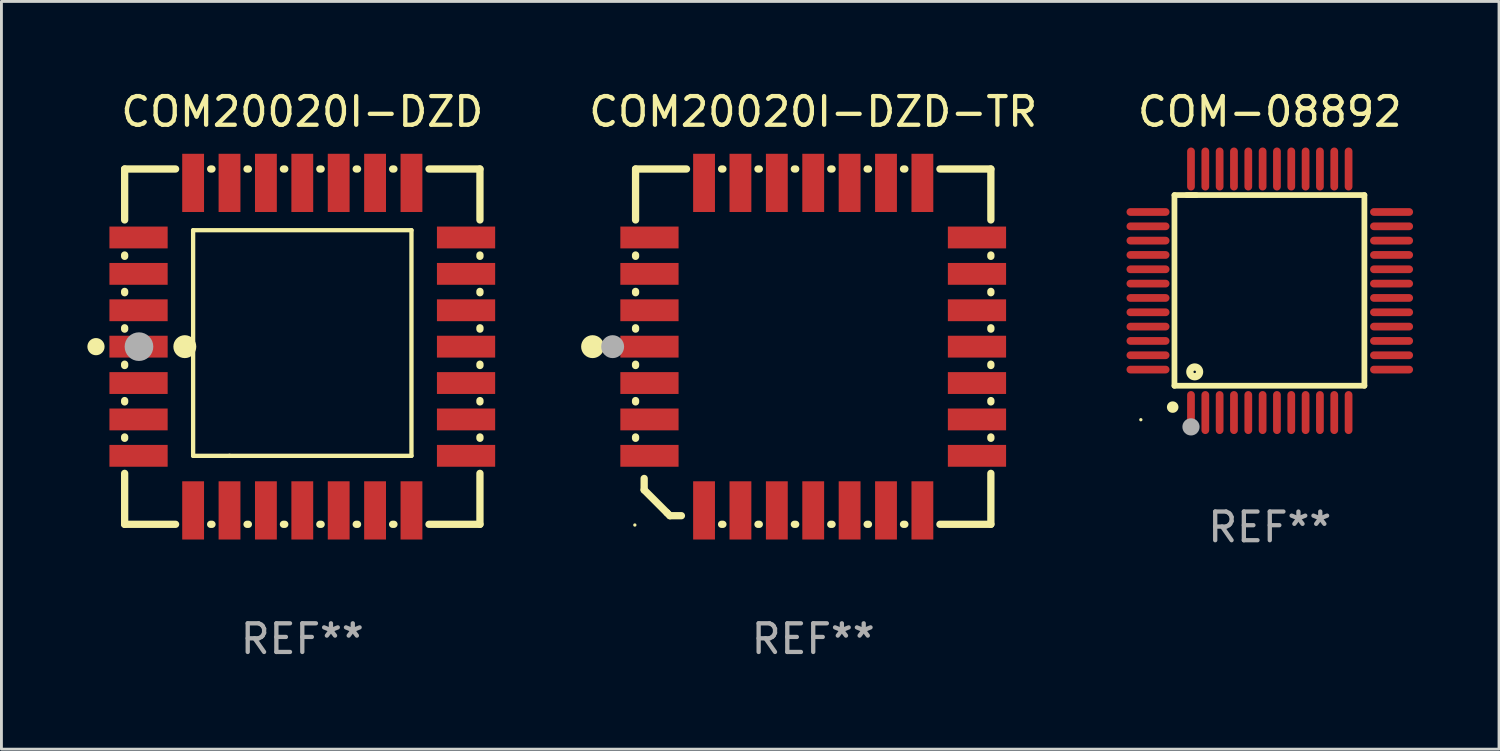
<source format=kicad_pcb>
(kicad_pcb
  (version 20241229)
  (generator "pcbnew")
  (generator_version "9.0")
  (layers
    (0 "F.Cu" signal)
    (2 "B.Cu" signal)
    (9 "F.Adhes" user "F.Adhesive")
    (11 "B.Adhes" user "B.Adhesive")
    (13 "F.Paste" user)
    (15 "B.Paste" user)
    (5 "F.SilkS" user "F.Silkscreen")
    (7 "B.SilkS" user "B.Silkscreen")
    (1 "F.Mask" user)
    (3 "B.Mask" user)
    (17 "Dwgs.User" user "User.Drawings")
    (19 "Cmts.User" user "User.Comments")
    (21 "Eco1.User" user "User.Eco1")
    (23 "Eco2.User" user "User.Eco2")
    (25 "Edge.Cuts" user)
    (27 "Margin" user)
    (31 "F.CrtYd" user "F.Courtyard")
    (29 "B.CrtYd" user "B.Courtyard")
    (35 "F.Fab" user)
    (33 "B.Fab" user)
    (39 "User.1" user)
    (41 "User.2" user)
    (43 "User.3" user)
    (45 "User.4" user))
  (footprint "COM-08892"
    (layer "F.Cu")
    (at 41.265 7.098)
    (property "Reference" "COM-08892" (at 0 -6.25 0) (layer "F.SilkS") (effects (font (size 1 1) (thickness 0.15))))
    (attr through_hole)
    (fp_line (start -3.327 -3.34) (end -2.565 -3.34) (stroke (width 0.2) (type solid)) (layer "F.SilkS"))
    (fp_line (start -3.327 3.315) (end -3.327 -3.34) (stroke (width 0.2) (type solid)) (layer "F.SilkS"))
    (fp_line (start -2.896 -3.34) (end 3.302 -3.34) (stroke (width 0.2) (type solid)) (layer "F.SilkS"))
    (fp_line (start 3.302 -3.34) (end 3.302 3.315) (stroke (width 0.2) (type solid)) (layer "F.SilkS"))
    (fp_line (start 3.302 3.315) (end -3.327 3.315) (stroke (width 0.2) (type solid)) (layer "F.SilkS"))
    (fp_arc (start -3.389992 4.059995) (mid -3.388722 4.059991) (end -3.387452 4.059995) (stroke (width 0.4) (type solid)) (layer "F.SilkS"))
    (fp_circle (center -4.5 4.5) (end -4.47 4.5) (stroke (width 0.06) (type solid)) (fill no) (layer "F.SilkS"))
    (fp_circle (center -2.62 2.83) (end -2.45 2.83) (stroke (width 0.254) (type solid)) (fill no) (layer "F.SilkS"))
    (fp_circle (center -2.75 4.75) (end -2.6 4.75) (stroke (width 0.3) (type solid)) (fill no) (layer "F.Fab"))
    (fp_text user "REF**" (at 0 8.25 0) (layer "F.Fab") (effects (font (size 1 1) (thickness 0.15))))
    (pad "1" smd oval (at -2.75 4.25) (size 0.27 1.5) (layers "F.Cu" "F.Mask" "F.Paste"))
    (pad "2" smd oval (at -2.25 4.25) (size 0.27 1.5) (layers "F.Cu" "F.Mask" "F.Paste"))
    (pad "3" smd oval (at -1.75 4.25) (size 0.27 1.5) (layers "F.Cu" "F.Mask" "F.Paste"))
    (pad "4" smd oval (at -1.25 4.25) (size 0.27 1.5) (layers "F.Cu" "F.Mask" "F.Paste"))
    (pad "5" smd oval (at -0.75 4.25) (size 0.27 1.5) (layers "F.Cu" "F.Mask" "F.Paste"))
    (pad "6" smd oval (at -0.25 4.25) (size 0.27 1.5) (layers "F.Cu" "F.Mask" "F.Paste"))
    (pad "7" smd oval (at 0.25 4.25) (size 0.27 1.5) (layers "F.Cu" "F.Mask" "F.Paste"))
    (pad "8" smd oval (at 0.75 4.25) (size 0.27 1.5) (layers "F.Cu" "F.Mask" "F.Paste"))
    (pad "9" smd oval (at 1.25 4.25) (size 0.27 1.5) (layers "F.Cu" "F.Mask" "F.Paste"))
    (pad "10" smd oval (at 1.75 4.25) (size 0.27 1.5) (layers "F.Cu" "F.Mask" "F.Paste"))
    (pad "11" smd oval (at 2.25 4.25) (size 0.27 1.5) (layers "F.Cu" "F.Mask" "F.Paste"))
    (pad "12" smd oval (at 2.75 4.25) (size 0.27 1.5) (layers "F.Cu" "F.Mask" "F.Paste"))
    (pad "13" smd oval (at 4.25 2.75) (size 1.5 0.27) (layers "F.Cu" "F.Mask" "F.Paste"))
    (pad "14" smd oval (at 4.25 2.25) (size 1.5 0.27) (layers "F.Cu" "F.Mask" "F.Paste"))
    (pad "15" smd oval (at 4.25 1.75) (size 1.5 0.27) (layers "F.Cu" "F.Mask" "F.Paste"))
    (pad "16" smd oval (at 4.25 1.25) (size 1.5 0.27) (layers "F.Cu" "F.Mask" "F.Paste"))
    (pad "17" smd oval (at 4.25 0.75) (size 1.5 0.27) (layers "F.Cu" "F.Mask" "F.Paste"))
    (pad "18" smd oval (at 4.25 0.25) (size 1.5 0.27) (layers "F.Cu" "F.Mask" "F.Paste"))
    (pad "19" smd oval (at 4.25 -0.25) (size 1.5 0.27) (layers "F.Cu" "F.Mask" "F.Paste"))
    (pad "20" smd oval (at 4.25 -0.75) (size 1.5 0.27) (layers "F.Cu" "F.Mask" "F.Paste"))
    (pad "21" smd oval (at 4.25 -1.25) (size 1.5 0.27) (layers "F.Cu" "F.Mask" "F.Paste"))
    (pad "22" smd oval (at 4.25 -1.75) (size 1.5 0.27) (layers "F.Cu" "F.Mask" "F.Paste"))
    (pad "23" smd oval (at 4.25 -2.25) (size 1.5 0.27) (layers "F.Cu" "F.Mask" "F.Paste"))
    (pad "24" smd oval (at 4.25 -2.75) (size 1.5 0.27) (layers "F.Cu" "F.Mask" "F.Paste"))
    (pad "25" smd oval (at 2.75 -4.25) (size 0.27 1.5) (layers "F.Cu" "F.Mask" "F.Paste"))
    (pad "26" smd oval (at 2.25 -4.25) (size 0.27 1.5) (layers "F.Cu" "F.Mask" "F.Paste"))
    (pad "27" smd oval (at 1.75 -4.25) (size 0.27 1.5) (layers "F.Cu" "F.Mask" "F.Paste"))
    (pad "28" smd oval (at 1.25 -4.25) (size 0.27 1.5) (layers "F.Cu" "F.Mask" "F.Paste"))
    (pad "29" smd oval (at 0.75 -4.25) (size 0.27 1.5) (layers "F.Cu" "F.Mask" "F.Paste"))
    (pad "30" smd oval (at 0.25 -4.25) (size 0.27 1.5) (layers "F.Cu" "F.Mask" "F.Paste"))
    (pad "31" smd oval (at -0.25 -4.25) (size 0.27 1.5) (layers "F.Cu" "F.Mask" "F.Paste"))
    (pad "32" smd oval (at -0.75 -4.25) (size 0.27 1.5) (layers "F.Cu" "F.Mask" "F.Paste"))
    (pad "33" smd oval (at -1.25 -4.25) (size 0.27 1.5) (layers "F.Cu" "F.Mask" "F.Paste"))
    (pad "34" smd oval (at -1.75 -4.25) (size 0.27 1.5) (layers "F.Cu" "F.Mask" "F.Paste"))
    (pad "35" smd oval (at -2.25 -4.25) (size 0.27 1.5) (layers "F.Cu" "F.Mask" "F.Paste"))
    (pad "36" smd oval (at -2.75 -4.25) (size 0.27 1.5) (layers "F.Cu" "F.Mask" "F.Paste"))
    (pad "37" smd oval (at -4.25 -2.75) (size 1.5 0.27) (layers "F.Cu" "F.Mask" "F.Paste"))
    (pad "38" smd oval (at -4.25 -2.25) (size 1.5 0.27) (layers "F.Cu" "F.Mask" "F.Paste"))
    (pad "39" smd oval (at -4.25 -1.75) (size 1.5 0.27) (layers "F.Cu" "F.Mask" "F.Paste"))
    (pad "40" smd oval (at -4.25 -1.25) (size 1.5 0.27) (layers "F.Cu" "F.Mask" "F.Paste"))
    (pad "41" smd oval (at -4.25 -0.75) (size 1.5 0.27) (layers "F.Cu" "F.Mask" "F.Paste"))
    (pad "42" smd oval (at -4.25 -0.25) (size 1.5 0.27) (layers "F.Cu" "F.Mask" "F.Paste"))
    (pad "43" smd oval (at -4.25 0.25) (size 1.5 0.27) (layers "F.Cu" "F.Mask" "F.Paste"))
    (pad "44" smd oval (at -4.25 0.75) (size 1.5 0.27) (layers "F.Cu" "F.Mask" "F.Paste"))
    (pad "45" smd oval (at -4.25 1.25) (size 1.5 0.27) (layers "F.Cu" "F.Mask" "F.Paste"))
    (pad "46" smd oval (at -4.25 1.75) (size 1.5 0.27) (layers "F.Cu" "F.Mask" "F.Paste"))
    (pad "47" smd oval (at -4.25 2.25) (size 1.5 0.27) (layers "F.Cu" "F.Mask" "F.Paste"))
    (pad "48" smd oval (at -4.25 2.75) (size 1.5 0.27) (layers "F.Cu" "F.Mask" "F.Paste")))
  (footprint "COM20020I-DZD-TR"
    (layer "F.Cu")
    (at 25.331 9.048)
    (property "Reference" "COM20020I-DZD-TR" (at 0 -8.2 0) (layer "F.SilkS") (effects (font (size 1 1) (thickness 0.15))))
    (attr through_hole)
    (fp_line (start -6.2 -6.2) (end -4.422 -6.2) (stroke (width 0.254) (type solid)) (layer "F.SilkS"))
    (fp_line (start -6.2 -4.422) (end -6.2 -6.2) (stroke (width 0.254) (type solid)) (layer "F.SilkS"))
    (fp_line (start -6.2 -3.152) (end -6.2 -3.198) (stroke (width 0.254) (type solid)) (layer "F.SilkS"))
    (fp_line (start -6.2 -1.882) (end -6.2 -1.928) (stroke (width 0.254) (type solid)) (layer "F.SilkS"))
    (fp_line (start -6.2 -0.612) (end -6.2 -0.658) (stroke (width 0.254) (type solid)) (layer "F.SilkS"))
    (fp_line (start -6.2 0.658) (end -6.2 0.612) (stroke (width 0.254) (type solid)) (layer "F.SilkS"))
    (fp_line (start -6.2 1.928) (end -6.2 1.882) (stroke (width 0.254) (type solid)) (layer "F.SilkS"))
    (fp_line (start -6.2 3.198) (end -6.2 3.152) (stroke (width 0.254) (type solid)) (layer "F.SilkS"))
    (fp_line (start -5.9 4.6) (end -5.9 5) (stroke (width 0.254) (type solid)) (layer "F.SilkS"))
    (fp_line (start -5.9 5) (end -5.1 5.8) (stroke (width 0.254) (type solid)) (layer "F.SilkS"))
    (fp_line (start -5.1 5.8) (end -5 5.9) (stroke (width 0.254) (type solid)) (layer "F.SilkS"))
    (fp_line (start -5 5.9) (end -4.6 5.9) (stroke (width 0.254) (type solid)) (layer "F.SilkS"))
    (fp_line (start -3.198 -6.2) (end -3.152 -6.2) (stroke (width 0.254) (type solid)) (layer "F.SilkS"))
    (fp_line (start -3.152 6.2) (end -3.198 6.2) (stroke (width 0.254) (type solid)) (layer "F.SilkS"))
    (fp_line (start -1.928 -6.2) (end -1.882 -6.2) (stroke (width 0.254) (type solid)) (layer "F.SilkS"))
    (fp_line (start -1.882 6.2) (end -1.928 6.2) (stroke (width 0.254) (type solid)) (layer "F.SilkS"))
    (fp_line (start -0.658 -6.2) (end -0.612 -6.2) (stroke (width 0.254) (type solid)) (layer "F.SilkS"))
    (fp_line (start -0.612 6.2) (end -0.658 6.2) (stroke (width 0.254) (type solid)) (layer "F.SilkS"))
    (fp_line (start 0.612 -6.2) (end 0.658 -6.2) (stroke (width 0.254) (type solid)) (layer "F.SilkS"))
    (fp_line (start 0.658 6.2) (end 0.612 6.2) (stroke (width 0.254) (type solid)) (layer "F.SilkS"))
    (fp_line (start 1.882 -6.2) (end 1.928 -6.2) (stroke (width 0.254) (type solid)) (layer "F.SilkS"))
    (fp_line (start 1.928 6.2) (end 1.882 6.2) (stroke (width 0.254) (type solid)) (layer "F.SilkS"))
    (fp_line (start 3.152 -6.2) (end 3.198 -6.2) (stroke (width 0.254) (type solid)) (layer "F.SilkS"))
    (fp_line (start 3.198 6.2) (end 3.152 6.2) (stroke (width 0.254) (type solid)) (layer "F.SilkS"))
    (fp_line (start 4.422 -6.2) (end 6.2 -6.2) (stroke (width 0.254) (type solid)) (layer "F.SilkS"))
    (fp_line (start 6.2 -6.2) (end 6.2 -4.422) (stroke (width 0.254) (type solid)) (layer "F.SilkS"))
    (fp_line (start 6.2 -3.198) (end 6.2 -3.152) (stroke (width 0.254) (type solid)) (layer "F.SilkS"))
    (fp_line (start 6.2 -1.928) (end 6.2 -1.882) (stroke (width 0.254) (type solid)) (layer "F.SilkS"))
    (fp_line (start 6.2 -0.658) (end 6.2 -0.612) (stroke (width 0.254) (type solid)) (layer "F.SilkS"))
    (fp_line (start 6.2 0.612) (end 6.2 0.658) (stroke (width 0.254) (type solid)) (layer "F.SilkS"))
    (fp_line (start 6.2 1.882) (end 6.2 1.928) (stroke (width 0.254) (type solid)) (layer "F.SilkS"))
    (fp_line (start 6.2 3.152) (end 6.2 3.198) (stroke (width 0.254) (type solid)) (layer "F.SilkS"))
    (fp_line (start 6.2 4.422) (end 6.2 6.2) (stroke (width 0.254) (type solid)) (layer "F.SilkS"))
    (fp_line (start 6.2 6.2) (end 4.422 6.2) (stroke (width 0.254) (type solid)) (layer "F.SilkS"))
    (fp_circle (center -7.7 0) (end -7.5 0) (stroke (width 0.4) (type solid)) (fill no) (layer "F.SilkS"))
    (fp_circle (center -6.225 6.225) (end -6.195 6.225) (stroke (width 0.06) (type solid)) (fill no) (layer "F.SilkS"))
    (fp_circle (center -7 0) (end -6.8 0) (stroke (width 0.4) (type solid)) (fill no) (layer "F.Fab"))
    (fp_text user "REF**" (at 0 10.2 0) (layer "F.Fab") (effects (font (size 1 1) (thickness 0.15))))
    (pad "1" smd rect (at -5.715 0) (size 2.032 0.762) (layers "F.Cu" "F.Mask" "F.Paste"))
    (pad "2" smd rect (at -5.715 1.27) (size 2.032 0.762) (layers "F.Cu" "F.Mask" "F.Paste"))
    (pad "3" smd rect (at -5.715 2.54) (size 2.032 0.762) (layers "F.Cu" "F.Mask" "F.Paste"))
    (pad "4" smd rect (at -5.715 3.81) (size 2.032 0.762) (layers "F.Cu" "F.Mask" "F.Paste"))
    (pad "5" smd rect (at -3.81 5.715) (size 0.762 2.032) (layers "F.Cu" "F.Mask" "F.Paste"))
    (pad "6" smd rect (at -2.54 5.715) (size 0.762 2.032) (layers "F.Cu" "F.Mask" "F.Paste"))
    (pad "7" smd rect (at -1.27 5.715) (size 0.762 2.032) (layers "F.Cu" "F.Mask" "F.Paste"))
    (pad "8" smd rect (at 0 5.715) (size 0.762 2.032) (layers "F.Cu" "F.Mask" "F.Paste"))
    (pad "9" smd rect (at 1.27 5.715) (size 0.762 2.032) (layers "F.Cu" "F.Mask" "F.Paste"))
    (pad "10" smd rect (at 2.54 5.715) (size 0.762 2.032) (layers "F.Cu" "F.Mask" "F.Paste"))
    (pad "11" smd rect (at 3.81 5.715) (size 0.762 2.032) (layers "F.Cu" "F.Mask" "F.Paste"))
    (pad "12" smd rect (at 5.715 3.81) (size 2.032 0.762) (layers "F.Cu" "F.Mask" "F.Paste"))
    (pad "13" smd rect (at 5.715 2.54) (size 2.032 0.762) (layers "F.Cu" "F.Mask" "F.Paste"))
    (pad "14" smd rect (at 5.715 1.27) (size 2.032 0.762) (layers "F.Cu" "F.Mask" "F.Paste"))
    (pad "15" smd rect (at 5.715 0) (size 2.032 0.762) (layers "F.Cu" "F.Mask" "F.Paste"))
    (pad "16" smd rect (at 5.715 -1.27) (size 2.032 0.762) (layers "F.Cu" "F.Mask" "F.Paste"))
    (pad "17" smd rect (at 5.715 -2.54) (size 2.032 0.762) (layers "F.Cu" "F.Mask" "F.Paste"))
    (pad "18" smd rect (at 5.715 -3.81) (size 2.032 0.762) (layers "F.Cu" "F.Mask" "F.Paste"))
    (pad "19" smd rect (at 3.81 -5.715) (size 0.762 2.032) (layers "F.Cu" "F.Mask" "F.Paste"))
    (pad "20" smd rect (at 2.54 -5.715) (size 0.762 2.032) (layers "F.Cu" "F.Mask" "F.Paste"))
    (pad "21" smd rect (at 1.27 -5.715) (size 0.762 2.032) (layers "F.Cu" "F.Mask" "F.Paste"))
    (pad "22" smd rect (at 0 -5.715) (size 0.762 2.032) (layers "F.Cu" "F.Mask" "F.Paste"))
    (pad "23" smd rect (at -1.27 -5.715) (size 0.762 2.032) (layers "F.Cu" "F.Mask" "F.Paste"))
    (pad "24" smd rect (at -2.54 -5.715) (size 0.762 2.032) (layers "F.Cu" "F.Mask" "F.Paste"))
    (pad "25" smd rect (at -3.81 -5.715) (size 0.762 2.032) (layers "F.Cu" "F.Mask" "F.Paste"))
    (pad "26" smd rect (at -5.715 -3.81) (size 2.032 0.762) (layers "F.Cu" "F.Mask" "F.Paste"))
    (pad "27" smd rect (at -5.715 -2.54) (size 2.032 0.762) (layers "F.Cu" "F.Mask" "F.Paste"))
    (pad "28" smd rect (at -5.715 -1.27) (size 2.032 0.762) (layers "F.Cu" "F.Mask" "F.Paste")))
  (footprint "COM20020I-DZD"
    (layer "F.Cu")
    (at 7.5 9.048)
    (property "Reference" "COM20020I-DZD" (at 0 -8.2 0) (layer "F.SilkS") (effects (font (size 1 1) (thickness 0.15))))
    (attr through_hole)
    (fp_line (start -6.2 -6.2) (end -4.422 -6.2) (stroke (width 0.254) (type solid)) (layer "F.SilkS"))
    (fp_line (start -6.2 -4.422) (end -6.2 -6.2) (stroke (width 0.254) (type solid)) (layer "F.SilkS"))
    (fp_line (start -6.2 -3.152) (end -6.2 -3.198) (stroke (width 0.254) (type solid)) (layer "F.SilkS"))
    (fp_line (start -6.2 -1.882) (end -6.2 -1.928) (stroke (width 0.254) (type solid)) (layer "F.SilkS"))
    (fp_line (start -6.2 -0.612) (end -6.2 -0.658) (stroke (width 0.254) (type solid)) (layer "F.SilkS"))
    (fp_line (start -6.2 0.658) (end -6.2 0.612) (stroke (width 0.254) (type solid)) (layer "F.SilkS"))
    (fp_line (start -6.2 1.928) (end -6.2 1.882) (stroke (width 0.254) (type solid)) (layer "F.SilkS"))
    (fp_line (start -6.2 3.198) (end -6.2 3.152) (stroke (width 0.254) (type solid)) (layer "F.SilkS"))
    (fp_line (start -6.2 6.2) (end -6.2 4.422) (stroke (width 0.254) (type solid)) (layer "F.SilkS"))
    (fp_line (start -4.422 6.2) (end -6.2 6.2) (stroke (width 0.254) (type solid)) (layer "F.SilkS"))
    (fp_line (start -3.81 -4.064) (end 3.81 -4.064) (stroke (width 0.15) (type solid)) (layer "F.SilkS"))
    (fp_line (start -3.81 3.81) (end -3.81 -4.064) (stroke (width 0.15) (type solid)) (layer "F.SilkS"))
    (fp_line (start -3.198 -6.2) (end -3.152 -6.2) (stroke (width 0.254) (type solid)) (layer "F.SilkS"))
    (fp_line (start -3.152 6.2) (end -3.198 6.2) (stroke (width 0.254) (type solid)) (layer "F.SilkS"))
    (fp_line (start -2.54 3.81) (end -3.81 3.81) (stroke (width 0.15) (type solid)) (layer "F.SilkS"))
    (fp_line (start -1.928 -6.2) (end -1.882 -6.2) (stroke (width 0.254) (type solid)) (layer "F.SilkS"))
    (fp_line (start -1.882 6.2) (end -1.928 6.2) (stroke (width 0.254) (type solid)) (layer "F.SilkS"))
    (fp_line (start -0.658 -6.2) (end -0.612 -6.2) (stroke (width 0.254) (type solid)) (layer "F.SilkS"))
    (fp_line (start -0.612 6.2) (end -0.658 6.2) (stroke (width 0.254) (type solid)) (layer "F.SilkS"))
    (fp_line (start 0.612 -6.2) (end 0.658 -6.2) (stroke (width 0.254) (type solid)) (layer "F.SilkS"))
    (fp_line (start 0.658 6.2) (end 0.612 6.2) (stroke (width 0.254) (type solid)) (layer "F.SilkS"))
    (fp_line (start 1.882 -6.2) (end 1.928 -6.2) (stroke (width 0.254) (type solid)) (layer "F.SilkS"))
    (fp_line (start 1.928 6.2) (end 1.882 6.2) (stroke (width 0.254) (type solid)) (layer "F.SilkS"))
    (fp_line (start 3.152 -6.2) (end 3.198 -6.2) (stroke (width 0.254) (type solid)) (layer "F.SilkS"))
    (fp_line (start 3.198 6.2) (end 3.152 6.2) (stroke (width 0.254) (type solid)) (layer "F.SilkS"))
    (fp_line (start 3.81 -4.064) (end 3.81 3.81) (stroke (width 0.15) (type solid)) (layer "F.SilkS"))
    (fp_line (start 3.81 3.81) (end -2.54 3.81) (stroke (width 0.15) (type solid)) (layer "F.SilkS"))
    (fp_line (start 4.422 -6.2) (end 6.2 -6.2) (stroke (width 0.254) (type solid)) (layer "F.SilkS"))
    (fp_line (start 6.2 -6.2) (end 6.2 -4.422) (stroke (width 0.254) (type solid)) (layer "F.SilkS"))
    (fp_line (start 6.2 -3.198) (end 6.2 -3.152) (stroke (width 0.254) (type solid)) (layer "F.SilkS"))
    (fp_line (start 6.2 -1.928) (end 6.2 -1.882) (stroke (width 0.254) (type solid)) (layer "F.SilkS"))
    (fp_line (start 6.2 -0.658) (end 6.2 -0.612) (stroke (width 0.254) (type solid)) (layer "F.SilkS"))
    (fp_line (start 6.2 0.612) (end 6.2 0.658) (stroke (width 0.254) (type solid)) (layer "F.SilkS"))
    (fp_line (start 6.2 1.882) (end 6.2 1.928) (stroke (width 0.254) (type solid)) (layer "F.SilkS"))
    (fp_line (start 6.2 3.152) (end 6.2 3.198) (stroke (width 0.254) (type solid)) (layer "F.SilkS"))
    (fp_line (start 6.2 4.422) (end 6.2 6.2) (stroke (width 0.254) (type solid)) (layer "F.SilkS"))
    (fp_line (start 6.2 6.2) (end 4.422 6.2) (stroke (width 0.254) (type solid)) (layer "F.SilkS"))
    (fp_circle (center -7.2 0) (end -7.05 0) (stroke (width 0.3) (type solid)) (fill no) (layer "F.SilkS"))
    (fp_circle (center -6.223 6.223) (end -6.193 6.223) (stroke (width 0.06) (type solid)) (fill no) (layer "F.SilkS"))
    (fp_circle (center -4.1 0) (end -3.9 0) (stroke (width 0.4) (type solid)) (fill no) (layer "F.SilkS"))
    (fp_circle (center -5.7 0) (end -5.45 0) (stroke (width 0.5) (type solid)) (fill no) (layer "F.Fab"))
    (fp_text user "REF**" (at 0 10.2 0) (layer "F.Fab") (effects (font (size 1 1) (thickness 0.15))))
    (pad "1" smd rect (at -5.715 0) (size 2.032 0.762) (layers "F.Cu" "F.Mask" "F.Paste"))
    (pad "2" smd rect (at -5.715 1.27) (size 2.032 0.762) (layers "F.Cu" "F.Mask" "F.Paste"))
    (pad "3" smd rect (at -5.715 2.54) (size 2.032 0.762) (layers "F.Cu" "F.Mask" "F.Paste"))
    (pad "4" smd rect (at -5.715 3.81) (size 2.032 0.762) (layers "F.Cu" "F.Mask" "F.Paste"))
    (pad "5" smd rect (at -3.81 5.715) (size 0.762 2.032) (layers "F.Cu" "F.Mask" "F.Paste"))
    (pad "6" smd rect (at -2.54 5.715) (size 0.762 2.032) (layers "F.Cu" "F.Mask" "F.Paste"))
    (pad "7" smd rect (at -1.27 5.715) (size 0.762 2.032) (layers "F.Cu" "F.Mask" "F.Paste"))
    (pad "8" smd rect (at 0 5.715) (size 0.762 2.032) (layers "F.Cu" "F.Mask" "F.Paste"))
    (pad "9" smd rect (at 1.27 5.715) (size 0.762 2.032) (layers "F.Cu" "F.Mask" "F.Paste"))
    (pad "10" smd rect (at 2.54 5.715) (size 0.762 2.032) (layers "F.Cu" "F.Mask" "F.Paste"))
    (pad "11" smd rect (at 3.81 5.715) (size 0.762 2.032) (layers "F.Cu" "F.Mask" "F.Paste"))
    (pad "12" smd rect (at 5.715 3.81) (size 2.032 0.762) (layers "F.Cu" "F.Mask" "F.Paste"))
    (pad "13" smd rect (at 5.715 2.54) (size 2.032 0.762) (layers "F.Cu" "F.Mask" "F.Paste"))
    (pad "14" smd rect (at 5.715 1.27) (size 2.032 0.762) (layers "F.Cu" "F.Mask" "F.Paste"))
    (pad "15" smd rect (at 5.715 0) (size 2.032 0.762) (layers "F.Cu" "F.Mask" "F.Paste"))
    (pad "16" smd rect (at 5.715 -1.27) (size 2.032 0.762) (layers "F.Cu" "F.Mask" "F.Paste"))
    (pad "17" smd rect (at 5.715 -2.54) (size 2.032 0.762) (layers "F.Cu" "F.Mask" "F.Paste"))
    (pad "18" smd rect (at 5.715 -3.81) (size 2.032 0.762) (layers "F.Cu" "F.Mask" "F.Paste"))
    (pad "19" smd rect (at 3.81 -5.715) (size 0.762 2.032) (layers "F.Cu" "F.Mask" "F.Paste"))
    (pad "20" smd rect (at 2.54 -5.715) (size 0.762 2.032) (layers "F.Cu" "F.Mask" "F.Paste"))
    (pad "21" smd rect (at 1.27 -5.715) (size 0.762 2.032) (layers "F.Cu" "F.Mask" "F.Paste"))
    (pad "22" smd rect (at 0 -5.715) (size 0.762 2.032) (layers "F.Cu" "F.Mask" "F.Paste"))
    (pad "23" smd rect (at -1.27 -5.715) (size 0.762 2.032) (layers "F.Cu" "F.Mask" "F.Paste"))
    (pad "24" smd rect (at -2.54 -5.715) (size 0.762 2.032) (layers "F.Cu" "F.Mask" "F.Paste"))
    (pad "25" smd rect (at -3.81 -5.715) (size 0.762 2.032) (layers "F.Cu" "F.Mask" "F.Paste"))
    (pad "26" smd rect (at -5.715 -3.81) (size 2.032 0.762) (layers "F.Cu" "F.Mask" "F.Paste"))
    (pad "27" smd rect (at -5.715 -2.54) (size 2.032 0.762) (layers "F.Cu" "F.Mask" "F.Paste"))
    (pad "28" smd rect (at -5.715 -1.27) (size 2.032 0.762) (layers "F.Cu" "F.Mask" "F.Paste")))
  (gr_rect
    (start -3 -3)
    (end 49.265 23.096)
    (stroke (width 0.1) (type default))
    (fill no)
    (layer "Edge.Cuts")))
</source>
